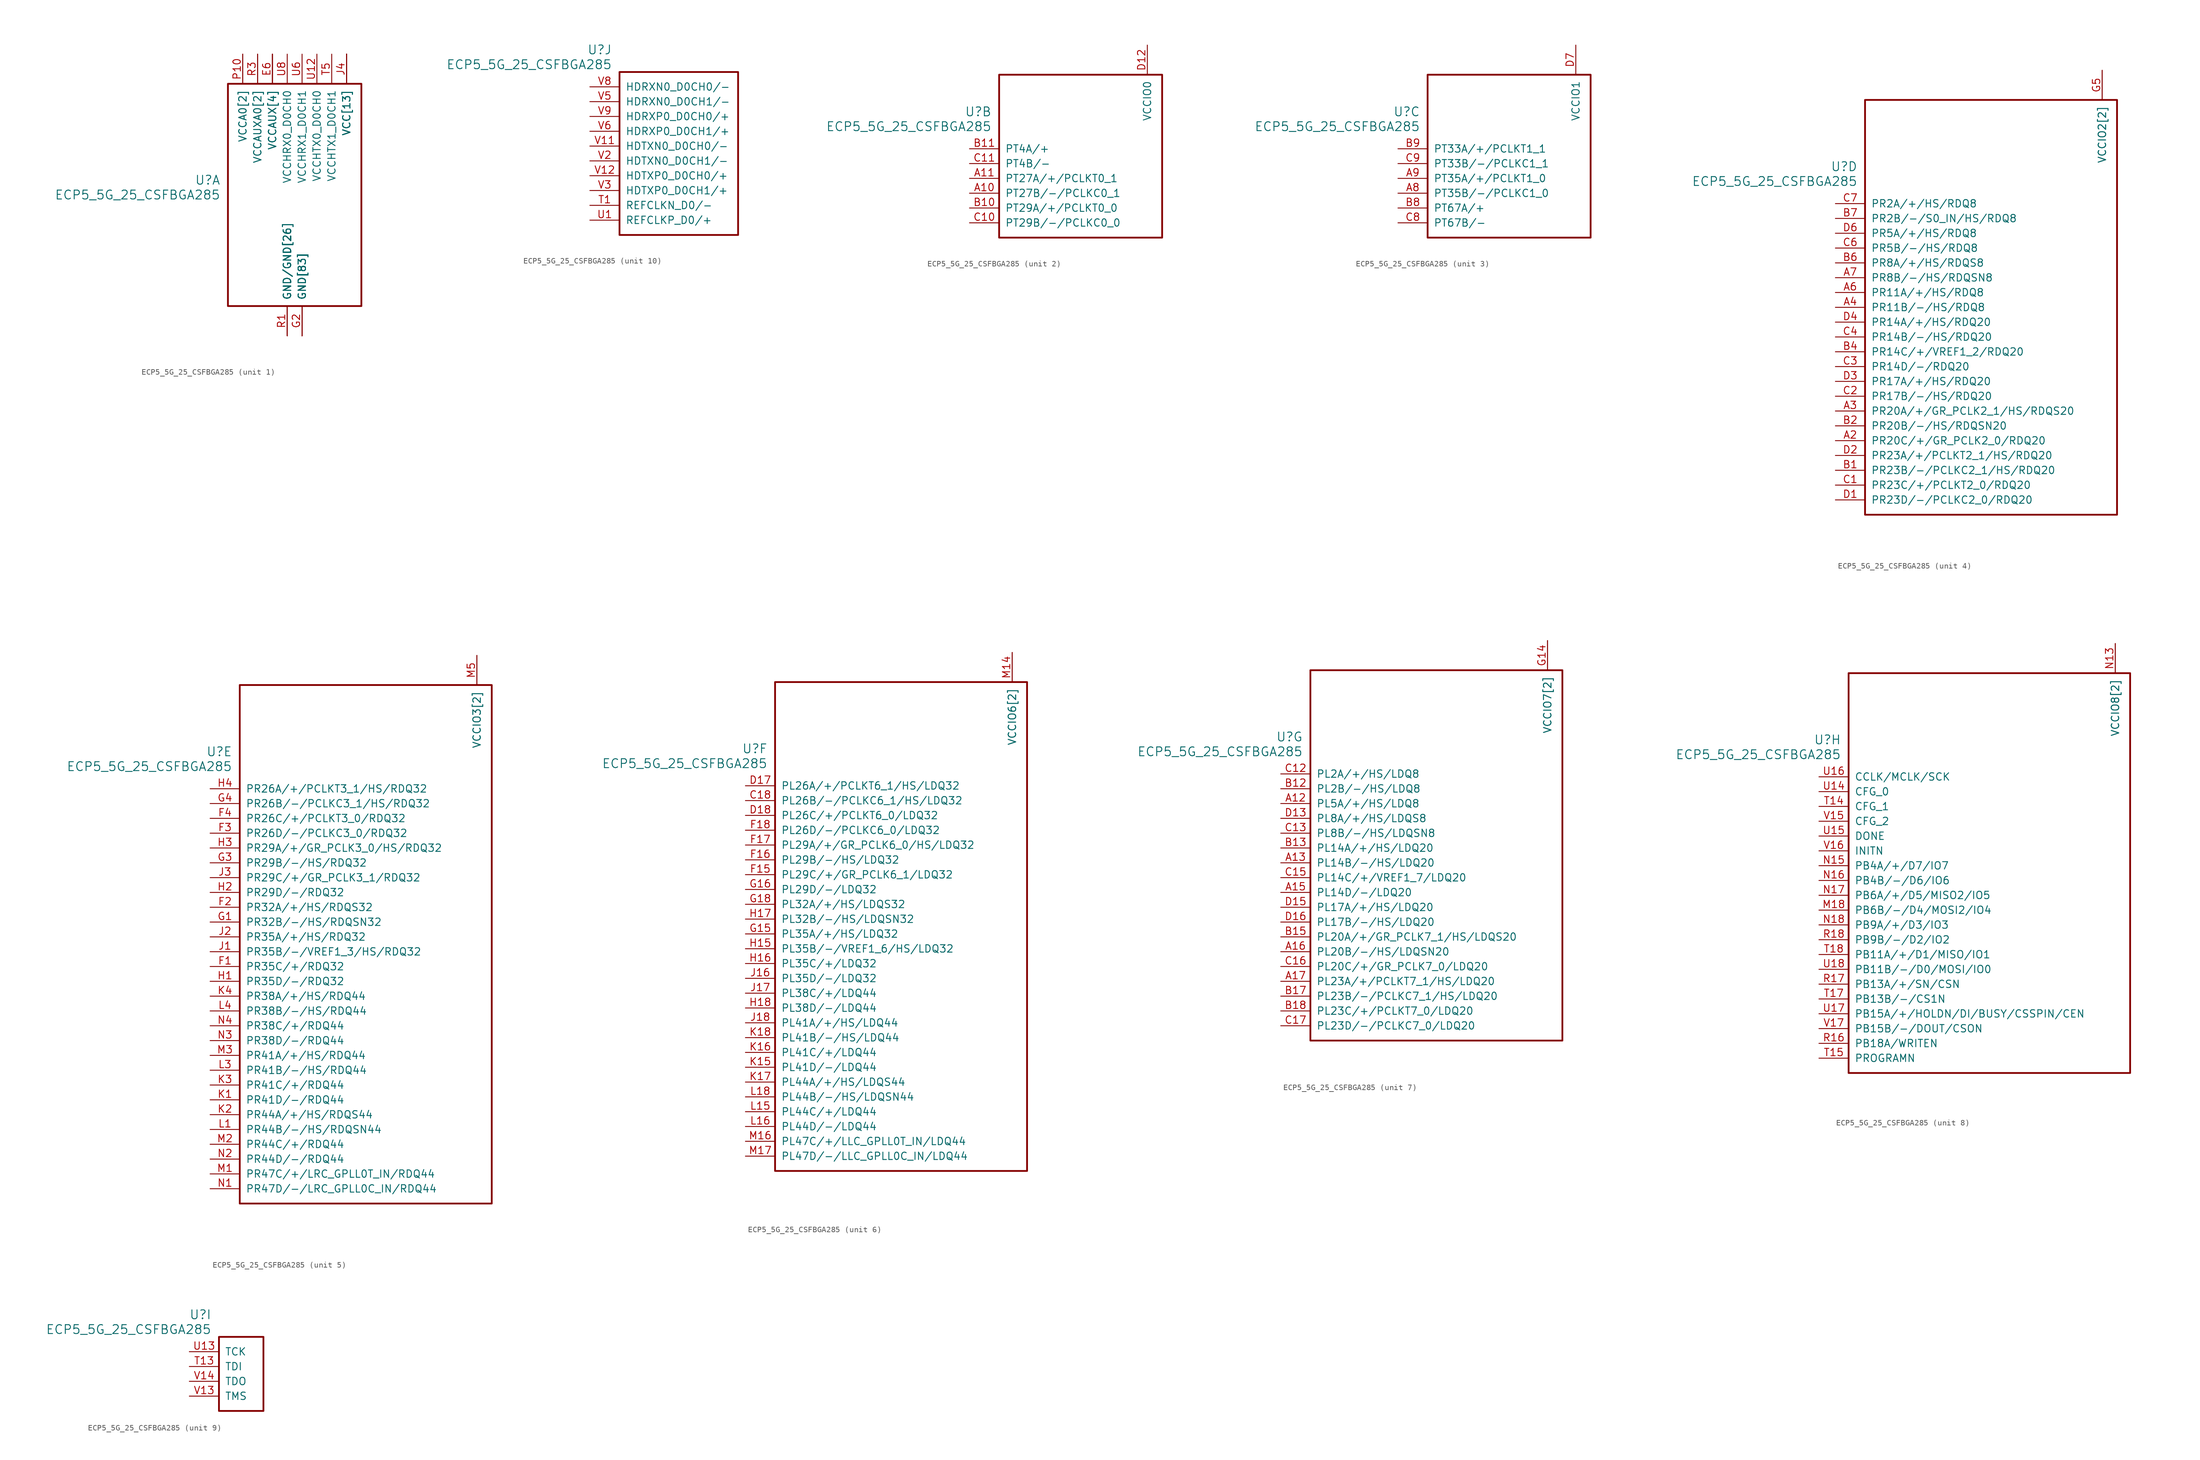
<source format=kicad_sym>
(kicad_symbol_lib
  (version 20231120)
  (generator "kicad_symbol_editor")
  (generator_version "8.0")
  (symbol "ECP5_5G_25_CSFBGA285"
    (pin_names
      (offset 1.016))
    (property "Reference" "U"
      (at 3.81 6.35 0)
      (effects (font (size 1.524 1.524)) (justify right)))
    (property "Value" "ECP5_5G_25_CSFBGA285"
      (at 3.81 3.81 0)
      (effects (font (size 1.524 1.524)) (justify right)))
    (property "ki_locked" ""
      (at 0 0 0)
      (effects (font (size 1.27 1.27))))
    (symbol "ECP5_5G_25_CSFBGA285_1_1"
      (rectangle (start 5.08 22.86) (end 27.94 -15.24) (stroke (width 0.305) (type default)) (fill (type none)))
      (pin power_in line (at 17.78 -20.32 90) (length 5.08) (name "GND[83]" (effects (font (size 1.27 1.27)))) (number "B16" (effects (font (size 0 0)))))
      (pin power_in line (at 17.78 -20.32 90) (length 5.08) (name "GND[83]" (effects (font (size 1.27 1.27)))) (number "B3" (effects (font (size 0 0)))))
      (pin power_in line (at 25.4 27.94 270) (length 5.08) (name "VCC[13]" (effects (font (size 1.27 1.27)))) (number "D10" (effects (font (size 0 0)))))
      (pin power_in line (at 25.4 27.94 270) (length 5.08) (name "VCC[13]" (effects (font (size 1.27 1.27)))) (number "D11" (effects (font (size 0 0)))))
      (pin power_in line (at 25.4 27.94 270) (length 5.08) (name "VCC[13]" (effects (font (size 1.27 1.27)))) (number "D8" (effects (font (size 0 0)))))
      (pin power_in line (at 25.4 27.94 270) (length 5.08) (name "VCC[13]" (effects (font (size 1.27 1.27)))) (number "D9" (effects (font (size 0 0)))))
      (pin power_in line (at 17.78 -20.32 90) (length 5.08) (name "GND[83]" (effects (font (size 1.27 1.27)))) (number "E10" (effects (font (size 0 0)))))
      (pin power_in line (at 17.78 -20.32 90) (length 5.08) (name "GND[83]" (effects (font (size 1.27 1.27)))) (number "E11" (effects (font (size 0 0)))))
      (pin power_in line (at 17.78 -20.32 90) (length 5.08) (name "GND[83]" (effects (font (size 1.27 1.27)))) (number "E12" (effects (font (size 0 0)))))
      (pin power_in line (at 12.7 27.94 270) (length 5.08) (name "VCCAUX[4]" (effects (font (size 1.27 1.27)))) (number "E13" (effects (font (size 0 0)))))
      (pin power_in line (at 17.78 -20.32 90) (length 5.08) (name "GND[83]" (effects (font (size 1.27 1.27)))) (number "E14" (effects (font (size 0 0)))))
      (pin power_in line (at 17.78 -20.32 90) (length 5.08) (name "GND[83]" (effects (font (size 1.27 1.27)))) (number "E5" (effects (font (size 0 0)))))
      (pin power_in line (at 12.7 27.94 270) (length 5.08) (name "VCCAUX[4]" (effects (font (size 1.27 1.27)))) (number "E6" (effects (font (size 1.27 1.27)))))
      (pin power_in line (at 17.78 -20.32 90) (length 5.08) (name "GND[83]" (effects (font (size 1.27 1.27)))) (number "E7" (effects (font (size 0 0)))))
      (pin power_in line (at 17.78 -20.32 90) (length 5.08) (name "GND[83]" (effects (font (size 1.27 1.27)))) (number "E8" (effects (font (size 0 0)))))
      (pin power_in line (at 17.78 -20.32 90) (length 5.08) (name "GND[83]" (effects (font (size 1.27 1.27)))) (number "E9" (effects (font (size 0 0)))))
      (pin power_in line (at 17.78 -20.32 90) (length 5.08) (name "GND[83]" (effects (font (size 1.27 1.27)))) (number "F10" (effects (font (size 0 0)))))
      (pin power_in line (at 17.78 -20.32 90) (length 5.08) (name "GND[83]" (effects (font (size 1.27 1.27)))) (number "F11" (effects (font (size 0 0)))))
      (pin power_in line (at 17.78 -20.32 90) (length 5.08) (name "GND[83]" (effects (font (size 1.27 1.27)))) (number "F12" (effects (font (size 0 0)))))
      (pin power_in line (at 17.78 -20.32 90) (length 5.08) (name "GND[83]" (effects (font (size 1.27 1.27)))) (number "F13" (effects (font (size 0 0)))))
      (pin power_in line (at 17.78 -20.32 90) (length 5.08) (name "GND[83]" (effects (font (size 1.27 1.27)))) (number "F14" (effects (font (size 0 0)))))
      (pin power_in line (at 17.78 -20.32 90) (length 5.08) (name "GND[83]" (effects (font (size 1.27 1.27)))) (number "F5" (effects (font (size 0 0)))))
      (pin power_in line (at 17.78 -20.32 90) (length 5.08) (name "GND[83]" (effects (font (size 1.27 1.27)))) (number "F6" (effects (font (size 0 0)))))
      (pin power_in line (at 17.78 -20.32 90) (length 5.08) (name "GND[83]" (effects (font (size 1.27 1.27)))) (number "F7" (effects (font (size 0 0)))))
      (pin power_in line (at 17.78 -20.32 90) (length 5.08) (name "GND[83]" (effects (font (size 1.27 1.27)))) (number "F8" (effects (font (size 0 0)))))
      (pin power_in line (at 17.78 -20.32 90) (length 5.08) (name "GND[83]" (effects (font (size 1.27 1.27)))) (number "F9" (effects (font (size 0 0)))))
      (pin power_in line (at 17.78 -20.32 90) (length 5.08) (name "GND[83]" (effects (font (size 1.27 1.27)))) (number "G10" (effects (font (size 0 0)))))
      (pin power_in line (at 17.78 -20.32 90) (length 5.08) (name "GND[83]" (effects (font (size 1.27 1.27)))) (number "G11" (effects (font (size 0 0)))))
      (pin power_in line (at 17.78 -20.32 90) (length 5.08) (name "GND[83]" (effects (font (size 1.27 1.27)))) (number "G12" (effects (font (size 0 0)))))
      (pin power_in line (at 17.78 -20.32 90) (length 5.08) (name "GND[83]" (effects (font (size 1.27 1.27)))) (number "G13" (effects (font (size 0 0)))))
      (pin power_in line (at 17.78 -20.32 90) (length 5.08) (name "GND[83]" (effects (font (size 1.27 1.27)))) (number "G17" (effects (font (size 0 0)))))
      (pin power_in line (at 17.78 -20.32 90) (length 5.08) (name "GND[83]" (effects (font (size 1.27 1.27)))) (number "G2" (effects (font (size 1.27 1.27)))))
      (pin power_in line (at 17.78 -20.32 90) (length 5.08) (name "GND[83]" (effects (font (size 1.27 1.27)))) (number "G6" (effects (font (size 0 0)))))
      (pin power_in line (at 17.78 -20.32 90) (length 5.08) (name "GND[83]" (effects (font (size 1.27 1.27)))) (number "G7" (effects (font (size 0 0)))))
      (pin power_in line (at 17.78 -20.32 90) (length 5.08) (name "GND[83]" (effects (font (size 1.27 1.27)))) (number "G8" (effects (font (size 0 0)))))
      (pin power_in line (at 17.78 -20.32 90) (length 5.08) (name "GND[83]" (effects (font (size 1.27 1.27)))) (number "G9" (effects (font (size 0 0)))))
      (pin power_in line (at 17.78 -20.32 90) (length 5.08) (name "GND[83]" (effects (font (size 1.27 1.27)))) (number "H10" (effects (font (size 0 0)))))
      (pin power_in line (at 17.78 -20.32 90) (length 5.08) (name "GND[83]" (effects (font (size 1.27 1.27)))) (number "H11" (effects (font (size 0 0)))))
      (pin power_in line (at 17.78 -20.32 90) (length 5.08) (name "GND[83]" (effects (font (size 1.27 1.27)))) (number "H12" (effects (font (size 0 0)))))
      (pin power_in line (at 17.78 -20.32 90) (length 5.08) (name "GND[83]" (effects (font (size 1.27 1.27)))) (number "H13" (effects (font (size 0 0)))))
      (pin power_in line (at 17.78 -20.32 90) (length 5.08) (name "GND[83]" (effects (font (size 1.27 1.27)))) (number "H6" (effects (font (size 0 0)))))
      (pin power_in line (at 17.78 -20.32 90) (length 5.08) (name "GND[83]" (effects (font (size 1.27 1.27)))) (number "H7" (effects (font (size 0 0)))))
      (pin power_in line (at 17.78 -20.32 90) (length 5.08) (name "GND[83]" (effects (font (size 1.27 1.27)))) (number "H8" (effects (font (size 0 0)))))
      (pin power_in line (at 17.78 -20.32 90) (length 5.08) (name "GND[83]" (effects (font (size 1.27 1.27)))) (number "H9" (effects (font (size 0 0)))))
      (pin power_in line (at 17.78 -20.32 90) (length 5.08) (name "GND[83]" (effects (font (size 1.27 1.27)))) (number "J10" (effects (font (size 0 0)))))
      (pin power_in line (at 17.78 -20.32 90) (length 5.08) (name "GND[83]" (effects (font (size 1.27 1.27)))) (number "J11" (effects (font (size 0 0)))))
      (pin power_in line (at 17.78 -20.32 90) (length 5.08) (name "GND[83]" (effects (font (size 1.27 1.27)))) (number "J12" (effects (font (size 0 0)))))
      (pin power_in line (at 17.78 -20.32 90) (length 5.08) (name "GND[83]" (effects (font (size 1.27 1.27)))) (number "J13" (effects (font (size 0 0)))))
      (pin power_in line (at 25.4 27.94 270) (length 5.08) (name "VCC[13]" (effects (font (size 1.27 1.27)))) (number "J14" (effects (font (size 0 0)))))
      (pin power_in line (at 25.4 27.94 270) (length 5.08) (name "VCC[13]" (effects (font (size 1.27 1.27)))) (number "J15" (effects (font (size 0 0)))))
      (pin power_in line (at 25.4 27.94 270) (length 5.08) (name "VCC[13]" (effects (font (size 1.27 1.27)))) (number "J4" (effects (font (size 1.27 1.27)))))
      (pin power_in line (at 25.4 27.94 270) (length 5.08) (name "VCC[13]" (effects (font (size 1.27 1.27)))) (number "J5" (effects (font (size 0 0)))))
      (pin power_in line (at 17.78 -20.32 90) (length 5.08) (name "GND[83]" (effects (font (size 1.27 1.27)))) (number "J6" (effects (font (size 0 0)))))
      (pin power_in line (at 17.78 -20.32 90) (length 5.08) (name "GND[83]" (effects (font (size 1.27 1.27)))) (number "J7" (effects (font (size 0 0)))))
      (pin power_in line (at 17.78 -20.32 90) (length 5.08) (name "GND[83]" (effects (font (size 1.27 1.27)))) (number "J8" (effects (font (size 0 0)))))
      (pin power_in line (at 17.78 -20.32 90) (length 5.08) (name "GND[83]" (effects (font (size 1.27 1.27)))) (number "J9" (effects (font (size 0 0)))))
      (pin power_in line (at 17.78 -20.32 90) (length 5.08) (name "GND[83]" (effects (font (size 1.27 1.27)))) (number "K10" (effects (font (size 0 0)))))
      (pin power_in line (at 17.78 -20.32 90) (length 5.08) (name "GND[83]" (effects (font (size 1.27 1.27)))) (number "K11" (effects (font (size 0 0)))))
      (pin power_in line (at 17.78 -20.32 90) (length 5.08) (name "GND[83]" (effects (font (size 1.27 1.27)))) (number "K12" (effects (font (size 0 0)))))
      (pin power_in line (at 17.78 -20.32 90) (length 5.08) (name "GND[83]" (effects (font (size 1.27 1.27)))) (number "K13" (effects (font (size 0 0)))))
      (pin power_in line (at 17.78 -20.32 90) (length 5.08) (name "GND[83]" (effects (font (size 1.27 1.27)))) (number "K14" (effects (font (size 0 0)))))
      (pin power_in line (at 17.78 -20.32 90) (length 5.08) (name "GND[83]" (effects (font (size 1.27 1.27)))) (number "K5" (effects (font (size 0 0)))))
      (pin power_in line (at 17.78 -20.32 90) (length 5.08) (name "GND[83]" (effects (font (size 1.27 1.27)))) (number "K6" (effects (font (size 0 0)))))
      (pin power_in line (at 17.78 -20.32 90) (length 5.08) (name "GND[83]" (effects (font (size 1.27 1.27)))) (number "K7" (effects (font (size 0 0)))))
      (pin power_in line (at 17.78 -20.32 90) (length 5.08) (name "GND[83]" (effects (font (size 1.27 1.27)))) (number "K8" (effects (font (size 0 0)))))
      (pin power_in line (at 17.78 -20.32 90) (length 5.08) (name "GND[83]" (effects (font (size 1.27 1.27)))) (number "K9" (effects (font (size 0 0)))))
      (pin power_in line (at 17.78 -20.32 90) (length 5.08) (name "GND[83]" (effects (font (size 1.27 1.27)))) (number "L10" (effects (font (size 0 0)))))
      (pin power_in line (at 17.78 -20.32 90) (length 5.08) (name "GND[83]" (effects (font (size 1.27 1.27)))) (number "L11" (effects (font (size 0 0)))))
      (pin power_in line (at 17.78 -20.32 90) (length 5.08) (name "GND[83]" (effects (font (size 1.27 1.27)))) (number "L12" (effects (font (size 0 0)))))
      (pin power_in line (at 17.78 -20.32 90) (length 5.08) (name "GND[83]" (effects (font (size 1.27 1.27)))) (number "L13" (effects (font (size 0 0)))))
      (pin power_in line (at 17.78 -20.32 90) (length 5.08) (name "GND[83]" (effects (font (size 1.27 1.27)))) (number "L14" (effects (font (size 0 0)))))
      (pin power_in line (at 17.78 -20.32 90) (length 5.08) (name "GND[83]" (effects (font (size 1.27 1.27)))) (number "L17" (effects (font (size 0 0)))))
      (pin power_in line (at 17.78 -20.32 90) (length 5.08) (name "GND[83]" (effects (font (size 1.27 1.27)))) (number "L2" (effects (font (size 0 0)))))
      (pin power_in line (at 17.78 -20.32 90) (length 5.08) (name "GND[83]" (effects (font (size 1.27 1.27)))) (number "L5" (effects (font (size 0 0)))))
      (pin power_in line (at 17.78 -20.32 90) (length 5.08) (name "GND[83]" (effects (font (size 1.27 1.27)))) (number "L6" (effects (font (size 0 0)))))
      (pin power_in line (at 17.78 -20.32 90) (length 5.08) (name "GND[83]" (effects (font (size 1.27 1.27)))) (number "L7" (effects (font (size 0 0)))))
      (pin power_in line (at 17.78 -20.32 90) (length 5.08) (name "GND[83]" (effects (font (size 1.27 1.27)))) (number "L8" (effects (font (size 0 0)))))
      (pin power_in line (at 17.78 -20.32 90) (length 5.08) (name "GND[83]" (effects (font (size 1.27 1.27)))) (number "L9" (effects (font (size 0 0)))))
      (pin power_in line (at 17.78 -20.32 90) (length 5.08) (name "GND[83]" (effects (font (size 1.27 1.27)))) (number "M10" (effects (font (size 0 0)))))
      (pin power_in line (at 17.78 -20.32 90) (length 5.08) (name "GND[83]" (effects (font (size 1.27 1.27)))) (number "M11" (effects (font (size 0 0)))))
      (pin power_in line (at 17.78 -20.32 90) (length 5.08) (name "GND[83]" (effects (font (size 1.27 1.27)))) (number "M12" (effects (font (size 0 0)))))
      (pin power_in line (at 17.78 -20.32 90) (length 5.08) (name "GND[83]" (effects (font (size 1.27 1.27)))) (number "M13" (effects (font (size 0 0)))))
      (pin power_in line (at 25.4 27.94 270) (length 5.08) (name "VCC[13]" (effects (font (size 1.27 1.27)))) (number "M15" (effects (font (size 0 0)))))
      (pin power_in line (at 25.4 27.94 270) (length 5.08) (name "VCC[13]" (effects (font (size 1.27 1.27)))) (number "M4" (effects (font (size 0 0)))))
      (pin power_in line (at 17.78 -20.32 90) (length 5.08) (name "GND[83]" (effects (font (size 1.27 1.27)))) (number "M6" (effects (font (size 0 0)))))
      (pin power_in line (at 17.78 -20.32 90) (length 5.08) (name "GND[83]" (effects (font (size 1.27 1.27)))) (number "M7" (effects (font (size 0 0)))))
      (pin power_in line (at 17.78 -20.32 90) (length 5.08) (name "GND[83]" (effects (font (size 1.27 1.27)))) (number "M8" (effects (font (size 0 0)))))
      (pin power_in line (at 17.78 -20.32 90) (length 5.08) (name "GND[83]" (effects (font (size 1.27 1.27)))) (number "M9" (effects (font (size 0 0)))))
      (pin power_in line (at 17.78 -20.32 90) (length 5.08) (name "GND[83]" (effects (font (size 1.27 1.27)))) (number "N10" (effects (font (size 0 0)))))
      (pin power_in line (at 17.78 -20.32 90) (length 5.08) (name "GND[83]" (effects (font (size 1.27 1.27)))) (number "N11" (effects (font (size 0 0)))))
      (pin power_in line (at 17.78 -20.32 90) (length 5.08) (name "GND[83]" (effects (font (size 1.27 1.27)))) (number "N12" (effects (font (size 0 0)))))
      (pin power_in line (at 12.7 27.94 270) (length 5.08) (name "VCCAUX[4]" (effects (font (size 1.27 1.27)))) (number "N6" (effects (font (size 0 0)))))
      (pin power_in line (at 17.78 -20.32 90) (length 5.08) (name "GND[83]" (effects (font (size 1.27 1.27)))) (number "N7" (effects (font (size 0 0)))))
      (pin power_in line (at 17.78 -20.32 90) (length 5.08) (name "GND[83]" (effects (font (size 1.27 1.27)))) (number "N8" (effects (font (size 0 0)))))
      (pin power_in line (at 17.78 -20.32 90) (length 5.08) (name "GND[83]" (effects (font (size 1.27 1.27)))) (number "N9" (effects (font (size 0 0)))))
      (pin power_in line (at 7.62 27.94 270) (length 5.08) (name "VCCA0[2]" (effects (font (size 1.27 1.27)))) (number "P10" (effects (font (size 1.27 1.27)))))
      (pin power_in line (at 25.4 27.94 270) (length 5.08) (name "VCC[13]" (effects (font (size 1.27 1.27)))) (number "P11" (effects (font (size 0 0)))))
      (pin power_in line (at 15.24 -20.32 90) (length 5.08) (name "GND/GND[26]" (effects (font (size 1.27 1.27)))) (number "P12" (effects (font (size 0 0)))))
      (pin power_in line (at 12.7 27.94 270) (length 5.08) (name "VCCAUX[4]" (effects (font (size 1.27 1.27)))) (number "P13" (effects (font (size 0 0)))))
      (pin power_in line (at 10.16 27.94 270) (length 5.08) (name "VCCAUXA0[2]" (effects (font (size 1.27 1.27)))) (number "P5" (effects (font (size 0 0)))))
      (pin power_in line (at 15.24 -20.32 90) (length 5.08) (name "GND/GND[26]" (effects (font (size 1.27 1.27)))) (number "P6" (effects (font (size 0 0)))))
      (pin power_in line (at 25.4 27.94 270) (length 5.08) (name "VCC[13]" (effects (font (size 1.27 1.27)))) (number "P7" (effects (font (size 0 0)))))
      (pin power_in line (at 15.24 -20.32 90) (length 5.08) (name "GND/GND[26]" (effects (font (size 1.27 1.27)))) (number "P8" (effects (font (size 0 0)))))
      (pin power_in line (at 25.4 27.94 270) (length 5.08) (name "VCC[13]" (effects (font (size 1.27 1.27)))) (number "P9" (effects (font (size 0 0)))))
      (pin power_in line (at 15.24 -20.32 90) (length 5.08) (name "GND/GND[26]" (effects (font (size 1.27 1.27)))) (number "R1" (effects (font (size 1.27 1.27)))))
      (pin power_in line (at 7.62 27.94 270) (length 5.08) (name "VCCA0[2]" (effects (font (size 1.27 1.27)))) (number "R10" (effects (font (size 0 0)))))
      (pin power_in line (at 15.24 -20.32 90) (length 5.08) (name "GND/GND[26]" (effects (font (size 1.27 1.27)))) (number "R2" (effects (font (size 0 0)))))
      (pin power_in line (at 10.16 27.94 270) (length 5.08) (name "VCCAUXA0[2]" (effects (font (size 1.27 1.27)))) (number "R3" (effects (font (size 1.27 1.27)))))
      (pin power_in line (at 15.24 -20.32 90) (length 5.08) (name "GND/GND[26]" (effects (font (size 1.27 1.27)))) (number "T10" (effects (font (size 0 0)))))
      (pin power_in line (at 15.24 -20.32 90) (length 5.08) (name "GND/GND[26]" (effects (font (size 1.27 1.27)))) (number "T11" (effects (font (size 0 0)))))
      (pin power_in line (at 15.24 -20.32 90) (length 5.08) (name "GND/GND[26]" (effects (font (size 1.27 1.27)))) (number "T12" (effects (font (size 0 0)))))
      (pin power_in line (at 17.78 -20.32 90) (length 5.08) (name "GND[83]" (effects (font (size 1.27 1.27)))) (number "T16" (effects (font (size 0 0)))))
      (pin power_in line (at 15.24 -20.32 90) (length 5.08) (name "GND/GND[26]" (effects (font (size 1.27 1.27)))) (number "T2" (effects (font (size 0 0)))))
      (pin power_in line (at 15.24 -20.32 90) (length 5.08) (name "GND/GND[26]" (effects (font (size 1.27 1.27)))) (number "T3" (effects (font (size 0 0)))))
      (pin power_in line (at 15.24 -20.32 90) (length 5.08) (name "GND/GND[26]" (effects (font (size 1.27 1.27)))) (number "T4" (effects (font (size 0 0)))))
      (pin power_in line (at 22.86 27.94 270) (length 5.08) (name "VCCHTX1_D0CH1" (effects (font (size 1.27 1.27)))) (number "T5" (effects (font (size 1.27 1.27)))))
      (pin power_in line (at 15.24 -20.32 90) (length 5.08) (name "GND/GND[26]" (effects (font (size 1.27 1.27)))) (number "T6" (effects (font (size 0 0)))))
      (pin power_in line (at 15.24 -20.32 90) (length 5.08) (name "GND/GND[26]" (effects (font (size 1.27 1.27)))) (number "T7" (effects (font (size 0 0)))))
      (pin power_in line (at 15.24 -20.32 90) (length 5.08) (name "GND/GND[26]" (effects (font (size 1.27 1.27)))) (number "T8" (effects (font (size 0 0)))))
      (pin power_in line (at 15.24 -20.32 90) (length 5.08) (name "GND/GND[26]" (effects (font (size 1.27 1.27)))) (number "T9" (effects (font (size 0 0)))))
      (pin power_in line (at 15.24 -20.32 90) (length 5.08) (name "GND/GND[26]" (effects (font (size 1.27 1.27)))) (number "U10" (effects (font (size 0 0)))))
      (pin power_in line (at 15.24 -20.32 90) (length 5.08) (name "GND/GND[26]" (effects (font (size 1.27 1.27)))) (number "U11" (effects (font (size 0 0)))))
      (pin power_in line (at 20.32 27.94 270) (length 5.08) (name "VCCHTX0_D0CH0" (effects (font (size 1.27 1.27)))) (number "U12" (effects (font (size 1.27 1.27)))))
      (pin power_in line (at 15.24 -20.32 90) (length 5.08) (name "GND/GND[26]" (effects (font (size 1.27 1.27)))) (number "U2" (effects (font (size 0 0)))))
      (pin power_in line (at 15.24 -20.32 90) (length 5.08) (name "GND/GND[26]" (effects (font (size 1.27 1.27)))) (number "U3" (effects (font (size 0 0)))))
      (pin power_in line (at 15.24 -20.32 90) (length 5.08) (name "GND/GND[26]" (effects (font (size 1.27 1.27)))) (number "U4" (effects (font (size 0 0)))))
      (pin power_in line (at 15.24 -20.32 90) (length 5.08) (name "GND/GND[26]" (effects (font (size 1.27 1.27)))) (number "U5" (effects (font (size 0 0)))))
      (pin power_in line (at 17.78 27.94 270) (length 5.08) (name "VCCHRX1_D0CH1" (effects (font (size 1.27 1.27)))) (number "U6" (effects (font (size 1.27 1.27)))))
      (pin power_in line (at 15.24 -20.32 90) (length 5.08) (name "GND/GND[26]" (effects (font (size 1.27 1.27)))) (number "U7" (effects (font (size 0 0)))))
      (pin power_in line (at 15.24 27.94 270) (length 5.08) (name "VCCHRX0_D0CH0" (effects (font (size 1.27 1.27)))) (number "U8" (effects (font (size 1.27 1.27)))))
      (pin power_in line (at 15.24 -20.32 90) (length 5.08) (name "GND/GND[26]" (effects (font (size 1.27 1.27)))) (number "U9" (effects (font (size 0 0)))))
      (pin power_in line (at 15.24 -20.32 90) (length 5.08) (name "GND/GND[26]" (effects (font (size 1.27 1.27)))) (number "V10" (effects (font (size 0 0)))))
      (pin power_in line (at 15.24 -20.32 90) (length 5.08) (name "GND/GND[26]" (effects (font (size 1.27 1.27)))) (number "V4" (effects (font (size 0 0)))))
      (pin power_in line (at 15.24 -20.32 90) (length 5.08) (name "GND/GND[26]" (effects (font (size 1.27 1.27)))) (number "V7" (effects (font (size 0 0))))))
    (symbol "ECP5_5G_25_CSFBGA285_2_1"
      (rectangle (start 5.08 12.7) (end 33.02 -15.24) (stroke (width 0.305) (type default)) (fill (type none)))
      (pin bidirectional line (at 0 -7.62 0) (length 5.08) (name "PT27B/-/PCLKC0_1" (effects (font (size 1.27 1.27)))) (number "A10" (effects (font (size 1.27 1.27)))))
      (pin bidirectional line (at 0 -5.08 0) (length 5.08) (name "PT27A/+/PCLKT0_1" (effects (font (size 1.27 1.27)))) (number "A11" (effects (font (size 1.27 1.27)))))
      (pin bidirectional line (at 0 -10.16 0) (length 5.08) (name "PT29A/+/PCLKT0_0" (effects (font (size 1.27 1.27)))) (number "B10" (effects (font (size 1.27 1.27)))))
      (pin bidirectional line (at 0 0 0) (length 5.08) (name "PT4A/+" (effects (font (size 1.27 1.27)))) (number "B11" (effects (font (size 1.27 1.27)))))
      (pin bidirectional line (at 0 -12.7 0) (length 5.08) (name "PT29B/-/PCLKC0_0" (effects (font (size 1.27 1.27)))) (number "C10" (effects (font (size 1.27 1.27)))))
      (pin bidirectional line (at 0 -2.54 0) (length 5.08) (name "PT4B/-" (effects (font (size 1.27 1.27)))) (number "C11" (effects (font (size 1.27 1.27)))))
      (pin power_in line (at 30.48 17.78 270) (length 5.08) (name "VCCIO0" (effects (font (size 1.27 1.27)))) (number "D12" (effects (font (size 1.27 1.27))))))
    (symbol "ECP5_5G_25_CSFBGA285_3_1"
      (rectangle (start 5.08 12.7) (end 33.02 -15.24) (stroke (width 0.305) (type default)) (fill (type none)))
      (pin bidirectional line (at 0 -7.62 0) (length 5.08) (name "PT35B/-/PCLKC1_0" (effects (font (size 1.27 1.27)))) (number "A8" (effects (font (size 1.27 1.27)))))
      (pin bidirectional line (at 0 -5.08 0) (length 5.08) (name "PT35A/+/PCLKT1_0" (effects (font (size 1.27 1.27)))) (number "A9" (effects (font (size 1.27 1.27)))))
      (pin bidirectional line (at 0 -10.16 0) (length 5.08) (name "PT67A/+" (effects (font (size 1.27 1.27)))) (number "B8" (effects (font (size 1.27 1.27)))))
      (pin bidirectional line (at 0 0 0) (length 5.08) (name "PT33A/+/PCLKT1_1" (effects (font (size 1.27 1.27)))) (number "B9" (effects (font (size 1.27 1.27)))))
      (pin bidirectional line (at 0 -12.7 0) (length 5.08) (name "PT67B/-" (effects (font (size 1.27 1.27)))) (number "C8" (effects (font (size 1.27 1.27)))))
      (pin bidirectional line (at 0 -2.54 0) (length 5.08) (name "PT33B/-/PCLKC1_1" (effects (font (size 1.27 1.27)))) (number "C9" (effects (font (size 1.27 1.27)))))
      (pin power_in line (at 30.48 17.78 270) (length 5.08) (name "VCCIO1" (effects (font (size 1.27 1.27)))) (number "D7" (effects (font (size 1.27 1.27))))))
    (symbol "ECP5_5G_25_CSFBGA285_4_1"
      (rectangle (start 5.08 17.78) (end 48.26 -53.34) (stroke (width 0.305) (type default)) (fill (type none)))
      (pin bidirectional line (at 0 -40.64 0) (length 5.08) (name "PR20C/+/GR_PCLK2_0/RDQ20" (effects (font (size 1.27 1.27)))) (number "A2" (effects (font (size 1.27 1.27)))))
      (pin bidirectional line (at 0 -35.56 0) (length 5.08) (name "PR20A/+/GR_PCLK2_1/HS/RDQS20" (effects (font (size 1.27 1.27)))) (number "A3" (effects (font (size 1.27 1.27)))))
      (pin bidirectional line (at 0 -17.78 0) (length 5.08) (name "PR11B/-/HS/RDQ8" (effects (font (size 1.27 1.27)))) (number "A4" (effects (font (size 1.27 1.27)))))
      (pin bidirectional line (at 0 -15.24 0) (length 5.08) (name "PR11A/+/HS/RDQ8" (effects (font (size 1.27 1.27)))) (number "A6" (effects (font (size 1.27 1.27)))))
      (pin bidirectional line (at 0 -12.7 0) (length 5.08) (name "PR8B/-/HS/RDQSN8" (effects (font (size 1.27 1.27)))) (number "A7" (effects (font (size 1.27 1.27)))))
      (pin bidirectional line (at 0 -45.72 0) (length 5.08) (name "PR23B/-/PCLKC2_1/HS/RDQ20" (effects (font (size 1.27 1.27)))) (number "B1" (effects (font (size 1.27 1.27)))))
      (pin bidirectional line (at 0 -38.1 0) (length 5.08) (name "PR20B/-/HS/RDQSN20" (effects (font (size 1.27 1.27)))) (number "B2" (effects (font (size 1.27 1.27)))))
      (pin bidirectional line (at 0 -25.4 0) (length 5.08) (name "PR14C/+/VREF1_2/RDQ20" (effects (font (size 1.27 1.27)))) (number "B4" (effects (font (size 1.27 1.27)))))
      (pin bidirectional line (at 0 -10.16 0) (length 5.08) (name "PR8A/+/HS/RDQS8" (effects (font (size 1.27 1.27)))) (number "B6" (effects (font (size 1.27 1.27)))))
      (pin bidirectional line (at 0 -2.54 0) (length 5.08) (name "PR2B/-/S0_IN/HS/RDQ8" (effects (font (size 1.27 1.27)))) (number "B7" (effects (font (size 1.27 1.27)))))
      (pin bidirectional line (at 0 -48.26 0) (length 5.08) (name "PR23C/+/PCLKT2_0/RDQ20" (effects (font (size 1.27 1.27)))) (number "C1" (effects (font (size 1.27 1.27)))))
      (pin bidirectional line (at 0 -33.02 0) (length 5.08) (name "PR17B/-/HS/RDQ20" (effects (font (size 1.27 1.27)))) (number "C2" (effects (font (size 1.27 1.27)))))
      (pin bidirectional line (at 0 -27.94 0) (length 5.08) (name "PR14D/-/RDQ20" (effects (font (size 1.27 1.27)))) (number "C3" (effects (font (size 1.27 1.27)))))
      (pin bidirectional line (at 0 -22.86 0) (length 5.08) (name "PR14B/-/HS/RDQ20" (effects (font (size 1.27 1.27)))) (number "C4" (effects (font (size 1.27 1.27)))))
      (pin bidirectional line (at 0 -7.62 0) (length 5.08) (name "PR5B/-/HS/RDQ8" (effects (font (size 1.27 1.27)))) (number "C6" (effects (font (size 1.27 1.27)))))
      (pin bidirectional line (at 0 0 0) (length 5.08) (name "PR2A/+/HS/RDQ8" (effects (font (size 1.27 1.27)))) (number "C7" (effects (font (size 1.27 1.27)))))
      (pin bidirectional line (at 0 -50.8 0) (length 5.08) (name "PR23D/-/PCLKC2_0/RDQ20" (effects (font (size 1.27 1.27)))) (number "D1" (effects (font (size 1.27 1.27)))))
      (pin bidirectional line (at 0 -43.18 0) (length 5.08) (name "PR23A/+/PCLKT2_1/HS/RDQ20" (effects (font (size 1.27 1.27)))) (number "D2" (effects (font (size 1.27 1.27)))))
      (pin bidirectional line (at 0 -30.48 0) (length 5.08) (name "PR17A/+/HS/RDQ20" (effects (font (size 1.27 1.27)))) (number "D3" (effects (font (size 1.27 1.27)))))
      (pin bidirectional line (at 0 -20.32 0) (length 5.08) (name "PR14A/+/HS/RDQ20" (effects (font (size 1.27 1.27)))) (number "D4" (effects (font (size 1.27 1.27)))))
      (pin bidirectional line (at 0 -5.08 0) (length 5.08) (name "PR5A/+/HS/RDQ8" (effects (font (size 1.27 1.27)))) (number "D6" (effects (font (size 1.27 1.27)))))
      (pin power_in line (at 45.72 22.86 270) (length 5.08) (name "VCCIO2[2]" (effects (font (size 1.27 1.27)))) (number "G5" (effects (font (size 1.27 1.27)))))
      (pin power_in line (at 45.72 22.86 270) (length 5.08) (name "VCCIO2[2]" (effects (font (size 1.27 1.27)))) (number "H5" (effects (font (size 0 0))))))
    (symbol "ECP5_5G_25_CSFBGA285_5_1"
      (rectangle (start 5.08 17.78) (end 48.26 -71.12) (stroke (width 0.305) (type default)) (fill (type none)))
      (pin bidirectional line (at 0 -30.48 0) (length 5.08) (name "PR35C/+/RDQ32" (effects (font (size 1.27 1.27)))) (number "F1" (effects (font (size 1.27 1.27)))))
      (pin bidirectional line (at 0 -20.32 0) (length 5.08) (name "PR32A/+/HS/RDQS32" (effects (font (size 1.27 1.27)))) (number "F2" (effects (font (size 1.27 1.27)))))
      (pin bidirectional line (at 0 -7.62 0) (length 5.08) (name "PR26D/-/PCLKC3_0/RDQ32" (effects (font (size 1.27 1.27)))) (number "F3" (effects (font (size 1.27 1.27)))))
      (pin bidirectional line (at 0 -5.08 0) (length 5.08) (name "PR26C/+/PCLKT3_0/RDQ32" (effects (font (size 1.27 1.27)))) (number "F4" (effects (font (size 1.27 1.27)))))
      (pin bidirectional line (at 0 -22.86 0) (length 5.08) (name "PR32B/-/HS/RDQSN32" (effects (font (size 1.27 1.27)))) (number "G1" (effects (font (size 1.27 1.27)))))
      (pin bidirectional line (at 0 -12.7 0) (length 5.08) (name "PR29B/-/HS/RDQ32" (effects (font (size 1.27 1.27)))) (number "G3" (effects (font (size 1.27 1.27)))))
      (pin bidirectional line (at 0 -2.54 0) (length 5.08) (name "PR26B/-/PCLKC3_1/HS/RDQ32" (effects (font (size 1.27 1.27)))) (number "G4" (effects (font (size 1.27 1.27)))))
      (pin bidirectional line (at 0 -33.02 0) (length 5.08) (name "PR35D/-/RDQ32" (effects (font (size 1.27 1.27)))) (number "H1" (effects (font (size 1.27 1.27)))))
      (pin bidirectional line (at 0 -17.78 0) (length 5.08) (name "PR29D/-/RDQ32" (effects (font (size 1.27 1.27)))) (number "H2" (effects (font (size 1.27 1.27)))))
      (pin bidirectional line (at 0 -10.16 0) (length 5.08) (name "PR29A/+/GR_PCLK3_0/HS/RDQ32" (effects (font (size 1.27 1.27)))) (number "H3" (effects (font (size 1.27 1.27)))))
      (pin bidirectional line (at 0 0 0) (length 5.08) (name "PR26A/+/PCLKT3_1/HS/RDQ32" (effects (font (size 1.27 1.27)))) (number "H4" (effects (font (size 1.27 1.27)))))
      (pin bidirectional line (at 0 -27.94 0) (length 5.08) (name "PR35B/-/VREF1_3/HS/RDQ32" (effects (font (size 1.27 1.27)))) (number "J1" (effects (font (size 1.27 1.27)))))
      (pin bidirectional line (at 0 -25.4 0) (length 5.08) (name "PR35A/+/HS/RDQ32" (effects (font (size 1.27 1.27)))) (number "J2" (effects (font (size 1.27 1.27)))))
      (pin bidirectional line (at 0 -15.24 0) (length 5.08) (name "PR29C/+/GR_PCLK3_1/RDQ32" (effects (font (size 1.27 1.27)))) (number "J3" (effects (font (size 1.27 1.27)))))
      (pin bidirectional line (at 0 -53.34 0) (length 5.08) (name "PR41D/-/RDQ44" (effects (font (size 1.27 1.27)))) (number "K1" (effects (font (size 1.27 1.27)))))
      (pin bidirectional line (at 0 -55.88 0) (length 5.08) (name "PR44A/+/HS/RDQS44" (effects (font (size 1.27 1.27)))) (number "K2" (effects (font (size 1.27 1.27)))))
      (pin bidirectional line (at 0 -50.8 0) (length 5.08) (name "PR41C/+/RDQ44" (effects (font (size 1.27 1.27)))) (number "K3" (effects (font (size 1.27 1.27)))))
      (pin bidirectional line (at 0 -35.56 0) (length 5.08) (name "PR38A/+/HS/RDQ44" (effects (font (size 1.27 1.27)))) (number "K4" (effects (font (size 1.27 1.27)))))
      (pin bidirectional line (at 0 -58.42 0) (length 5.08) (name "PR44B/-/HS/RDQSN44" (effects (font (size 1.27 1.27)))) (number "L1" (effects (font (size 1.27 1.27)))))
      (pin bidirectional line (at 0 -48.26 0) (length 5.08) (name "PR41B/-/HS/RDQ44" (effects (font (size 1.27 1.27)))) (number "L3" (effects (font (size 1.27 1.27)))))
      (pin bidirectional line (at 0 -38.1 0) (length 5.08) (name "PR38B/-/HS/RDQ44" (effects (font (size 1.27 1.27)))) (number "L4" (effects (font (size 1.27 1.27)))))
      (pin bidirectional line (at 0 -66.04 0) (length 5.08) (name "PR47C/+/LRC_GPLL0T_IN/RDQ44" (effects (font (size 1.27 1.27)))) (number "M1" (effects (font (size 1.27 1.27)))))
      (pin bidirectional line (at 0 -60.96 0) (length 5.08) (name "PR44C/+/RDQ44" (effects (font (size 1.27 1.27)))) (number "M2" (effects (font (size 1.27 1.27)))))
      (pin bidirectional line (at 0 -45.72 0) (length 5.08) (name "PR41A/+/HS/RDQ44" (effects (font (size 1.27 1.27)))) (number "M3" (effects (font (size 1.27 1.27)))))
      (pin power_in line (at 45.72 22.86 270) (length 5.08) (name "VCCIO3[2]" (effects (font (size 1.27 1.27)))) (number "M5" (effects (font (size 1.27 1.27)))))
      (pin bidirectional line (at 0 -68.58 0) (length 5.08) (name "PR47D/-/LRC_GPLL0C_IN/RDQ44" (effects (font (size 1.27 1.27)))) (number "N1" (effects (font (size 1.27 1.27)))))
      (pin bidirectional line (at 0 -63.5 0) (length 5.08) (name "PR44D/-/RDQ44" (effects (font (size 1.27 1.27)))) (number "N2" (effects (font (size 1.27 1.27)))))
      (pin bidirectional line (at 0 -43.18 0) (length 5.08) (name "PR38D/-/RDQ44" (effects (font (size 1.27 1.27)))) (number "N3" (effects (font (size 1.27 1.27)))))
      (pin bidirectional line (at 0 -40.64 0) (length 5.08) (name "PR38C/+/RDQ44" (effects (font (size 1.27 1.27)))) (number "N4" (effects (font (size 1.27 1.27)))))
      (pin power_in line (at 45.72 22.86 270) (length 5.08) (name "VCCIO3[2]" (effects (font (size 1.27 1.27)))) (number "N5" (effects (font (size 0 0))))))
    (symbol "ECP5_5G_25_CSFBGA285_6_1"
      (rectangle (start 5.08 17.78) (end 48.26 -66.04) (stroke (width 0.305) (type default)) (fill (type none)))
      (pin bidirectional line (at 0 -2.54 0) (length 5.08) (name "PL26B/-/PCLKC6_1/HS/LDQ32" (effects (font (size 1.27 1.27)))) (number "C18" (effects (font (size 1.27 1.27)))))
      (pin bidirectional line (at 0 0 0) (length 5.08) (name "PL26A/+/PCLKT6_1/HS/LDQ32" (effects (font (size 1.27 1.27)))) (number "D17" (effects (font (size 1.27 1.27)))))
      (pin bidirectional line (at 0 -5.08 0) (length 5.08) (name "PL26C/+/PCLKT6_0/LDQ32" (effects (font (size 1.27 1.27)))) (number "D18" (effects (font (size 1.27 1.27)))))
      (pin bidirectional line (at 0 -15.24 0) (length 5.08) (name "PL29C/+/GR_PCLK6_1/LDQ32" (effects (font (size 1.27 1.27)))) (number "F15" (effects (font (size 1.27 1.27)))))
      (pin bidirectional line (at 0 -12.7 0) (length 5.08) (name "PL29B/-/HS/LDQ32" (effects (font (size 1.27 1.27)))) (number "F16" (effects (font (size 1.27 1.27)))))
      (pin bidirectional line (at 0 -10.16 0) (length 5.08) (name "PL29A/+/GR_PCLK6_0/HS/LDQ32" (effects (font (size 1.27 1.27)))) (number "F17" (effects (font (size 1.27 1.27)))))
      (pin bidirectional line (at 0 -7.62 0) (length 5.08) (name "PL26D/-/PCLKC6_0/LDQ32" (effects (font (size 1.27 1.27)))) (number "F18" (effects (font (size 1.27 1.27)))))
      (pin bidirectional line (at 0 -25.4 0) (length 5.08) (name "PL35A/+/HS/LDQ32" (effects (font (size 1.27 1.27)))) (number "G15" (effects (font (size 1.27 1.27)))))
      (pin bidirectional line (at 0 -17.78 0) (length 5.08) (name "PL29D/-/LDQ32" (effects (font (size 1.27 1.27)))) (number "G16" (effects (font (size 1.27 1.27)))))
      (pin bidirectional line (at 0 -20.32 0) (length 5.08) (name "PL32A/+/HS/LDQS32" (effects (font (size 1.27 1.27)))) (number "G18" (effects (font (size 1.27 1.27)))))
      (pin bidirectional line (at 0 -27.94 0) (length 5.08) (name "PL35B/-/VREF1_6/HS/LDQ32" (effects (font (size 1.27 1.27)))) (number "H15" (effects (font (size 1.27 1.27)))))
      (pin bidirectional line (at 0 -30.48 0) (length 5.08) (name "PL35C/+/LDQ32" (effects (font (size 1.27 1.27)))) (number "H16" (effects (font (size 1.27 1.27)))))
      (pin bidirectional line (at 0 -22.86 0) (length 5.08) (name "PL32B/-/HS/LDQSN32" (effects (font (size 1.27 1.27)))) (number "H17" (effects (font (size 1.27 1.27)))))
      (pin bidirectional line (at 0 -38.1 0) (length 5.08) (name "PL38D/-/LDQ44" (effects (font (size 1.27 1.27)))) (number "H18" (effects (font (size 1.27 1.27)))))
      (pin bidirectional line (at 0 -33.02 0) (length 5.08) (name "PL35D/-/LDQ32" (effects (font (size 1.27 1.27)))) (number "J16" (effects (font (size 1.27 1.27)))))
      (pin bidirectional line (at 0 -35.56 0) (length 5.08) (name "PL38C/+/LDQ44" (effects (font (size 1.27 1.27)))) (number "J17" (effects (font (size 1.27 1.27)))))
      (pin bidirectional line (at 0 -40.64 0) (length 5.08) (name "PL41A/+/HS/LDQ44" (effects (font (size 1.27 1.27)))) (number "J18" (effects (font (size 1.27 1.27)))))
      (pin bidirectional line (at 0 -48.26 0) (length 5.08) (name "PL41D/-/LDQ44" (effects (font (size 1.27 1.27)))) (number "K15" (effects (font (size 1.27 1.27)))))
      (pin bidirectional line (at 0 -45.72 0) (length 5.08) (name "PL41C/+/LDQ44" (effects (font (size 1.27 1.27)))) (number "K16" (effects (font (size 1.27 1.27)))))
      (pin bidirectional line (at 0 -50.8 0) (length 5.08) (name "PL44A/+/HS/LDQS44" (effects (font (size 1.27 1.27)))) (number "K17" (effects (font (size 1.27 1.27)))))
      (pin bidirectional line (at 0 -43.18 0) (length 5.08) (name "PL41B/-/HS/LDQ44" (effects (font (size 1.27 1.27)))) (number "K18" (effects (font (size 1.27 1.27)))))
      (pin bidirectional line (at 0 -55.88 0) (length 5.08) (name "PL44C/+/LDQ44" (effects (font (size 1.27 1.27)))) (number "L15" (effects (font (size 1.27 1.27)))))
      (pin bidirectional line (at 0 -58.42 0) (length 5.08) (name "PL44D/-/LDQ44" (effects (font (size 1.27 1.27)))) (number "L16" (effects (font (size 1.27 1.27)))))
      (pin bidirectional line (at 0 -53.34 0) (length 5.08) (name "PL44B/-/HS/LDQSN44" (effects (font (size 1.27 1.27)))) (number "L18" (effects (font (size 1.27 1.27)))))
      (pin power_in line (at 45.72 22.86 270) (length 5.08) (name "VCCIO6[2]" (effects (font (size 1.27 1.27)))) (number "M14" (effects (font (size 1.27 1.27)))))
      (pin bidirectional line (at 0 -60.96 0) (length 5.08) (name "PL47C/+/LLC_GPLL0T_IN/LDQ44" (effects (font (size 1.27 1.27)))) (number "M16" (effects (font (size 1.27 1.27)))))
      (pin bidirectional line (at 0 -63.5 0) (length 5.08) (name "PL47D/-/LLC_GPLL0C_IN/LDQ44" (effects (font (size 1.27 1.27)))) (number "M17" (effects (font (size 1.27 1.27)))))
      (pin power_in line (at 45.72 22.86 270) (length 5.08) (name "VCCIO6[2]" (effects (font (size 1.27 1.27)))) (number "N14" (effects (font (size 0 0))))))
    (symbol "ECP5_5G_25_CSFBGA285_7_1"
      (rectangle (start 5.08 17.78) (end 48.26 -45.72) (stroke (width 0.305) (type default)) (fill (type none)))
      (pin bidirectional line (at 0 -5.08 0) (length 5.08) (name "PL5A/+/HS/LDQ8" (effects (font (size 1.27 1.27)))) (number "A12" (effects (font (size 1.27 1.27)))))
      (pin bidirectional line (at 0 -15.24 0) (length 5.08) (name "PL14B/-/HS/LDQ20" (effects (font (size 1.27 1.27)))) (number "A13" (effects (font (size 1.27 1.27)))))
      (pin bidirectional line (at 0 -20.32 0) (length 5.08) (name "PL14D/-/LDQ20" (effects (font (size 1.27 1.27)))) (number "A15" (effects (font (size 1.27 1.27)))))
      (pin bidirectional line (at 0 -30.48 0) (length 5.08) (name "PL20B/-/HS/LDQSN20" (effects (font (size 1.27 1.27)))) (number "A16" (effects (font (size 1.27 1.27)))))
      (pin bidirectional line (at 0 -35.56 0) (length 5.08) (name "PL23A/+/PCLKT7_1/HS/LDQ20" (effects (font (size 1.27 1.27)))) (number "A17" (effects (font (size 1.27 1.27)))))
      (pin bidirectional line (at 0 -2.54 0) (length 5.08) (name "PL2B/-/HS/LDQ8" (effects (font (size 1.27 1.27)))) (number "B12" (effects (font (size 1.27 1.27)))))
      (pin bidirectional line (at 0 -12.7 0) (length 5.08) (name "PL14A/+/HS/LDQ20" (effects (font (size 1.27 1.27)))) (number "B13" (effects (font (size 1.27 1.27)))))
      (pin bidirectional line (at 0 -27.94 0) (length 5.08) (name "PL20A/+/GR_PCLK7_1/HS/LDQS20" (effects (font (size 1.27 1.27)))) (number "B15" (effects (font (size 1.27 1.27)))))
      (pin bidirectional line (at 0 -38.1 0) (length 5.08) (name "PL23B/-/PCLKC7_1/HS/LDQ20" (effects (font (size 1.27 1.27)))) (number "B17" (effects (font (size 1.27 1.27)))))
      (pin bidirectional line (at 0 -40.64 0) (length 5.08) (name "PL23C/+/PCLKT7_0/LDQ20" (effects (font (size 1.27 1.27)))) (number "B18" (effects (font (size 1.27 1.27)))))
      (pin bidirectional line (at 0 0 0) (length 5.08) (name "PL2A/+/HS/LDQ8" (effects (font (size 1.27 1.27)))) (number "C12" (effects (font (size 1.27 1.27)))))
      (pin bidirectional line (at 0 -10.16 0) (length 5.08) (name "PL8B/-/HS/LDQSN8" (effects (font (size 1.27 1.27)))) (number "C13" (effects (font (size 1.27 1.27)))))
      (pin bidirectional line (at 0 -17.78 0) (length 5.08) (name "PL14C/+/VREF1_7/LDQ20" (effects (font (size 1.27 1.27)))) (number "C15" (effects (font (size 1.27 1.27)))))
      (pin bidirectional line (at 0 -33.02 0) (length 5.08) (name "PL20C/+/GR_PCLK7_0/LDQ20" (effects (font (size 1.27 1.27)))) (number "C16" (effects (font (size 1.27 1.27)))))
      (pin bidirectional line (at 0 -43.18 0) (length 5.08) (name "PL23D/-/PCLKC7_0/LDQ20" (effects (font (size 1.27 1.27)))) (number "C17" (effects (font (size 1.27 1.27)))))
      (pin bidirectional line (at 0 -7.62 0) (length 5.08) (name "PL8A/+/HS/LDQS8" (effects (font (size 1.27 1.27)))) (number "D13" (effects (font (size 1.27 1.27)))))
      (pin bidirectional line (at 0 -22.86 0) (length 5.08) (name "PL17A/+/HS/LDQ20" (effects (font (size 1.27 1.27)))) (number "D15" (effects (font (size 1.27 1.27)))))
      (pin bidirectional line (at 0 -25.4 0) (length 5.08) (name "PL17B/-/HS/LDQ20" (effects (font (size 1.27 1.27)))) (number "D16" (effects (font (size 1.27 1.27)))))
      (pin power_in line (at 45.72 22.86 270) (length 5.08) (name "VCCIO7[2]" (effects (font (size 1.27 1.27)))) (number "G14" (effects (font (size 1.27 1.27)))))
      (pin power_in line (at 45.72 22.86 270) (length 5.08) (name "VCCIO7[2]" (effects (font (size 1.27 1.27)))) (number "H14" (effects (font (size 0 0))))))
    (symbol "ECP5_5G_25_CSFBGA285_8_1"
      (rectangle (start 5.08 17.78) (end 53.34 -50.8) (stroke (width 0.305) (type default)) (fill (type none)))
      (pin bidirectional line (at 0 -22.86 0) (length 5.08) (name "PB6B/-/D4/MOSI2/IO4" (effects (font (size 1.27 1.27)))) (number "M18" (effects (font (size 1.27 1.27)))))
      (pin power_in line (at 50.8 22.86 270) (length 5.08) (name "VCCIO8[2]" (effects (font (size 1.27 1.27)))) (number "N13" (effects (font (size 1.27 1.27)))))
      (pin bidirectional line (at 0 -15.24 0) (length 5.08) (name "PB4A/+/D7/IO7" (effects (font (size 1.27 1.27)))) (number "N15" (effects (font (size 1.27 1.27)))))
      (pin bidirectional line (at 0 -17.78 0) (length 5.08) (name "PB4B/-/D6/IO6" (effects (font (size 1.27 1.27)))) (number "N16" (effects (font (size 1.27 1.27)))))
      (pin bidirectional line (at 0 -20.32 0) (length 5.08) (name "PB6A/+/D5/MISO2/IO5" (effects (font (size 1.27 1.27)))) (number "N17" (effects (font (size 1.27 1.27)))))
      (pin bidirectional line (at 0 -25.4 0) (length 5.08) (name "PB9A/+/D3/IO3" (effects (font (size 1.27 1.27)))) (number "N18" (effects (font (size 1.27 1.27)))))
      (pin power_in line (at 50.8 22.86 270) (length 5.08) (name "VCCIO8[2]" (effects (font (size 1.27 1.27)))) (number "P14" (effects (font (size 0 0)))))
      (pin bidirectional line (at 0 -45.72 0) (length 5.08) (name "PB18A/WRITEN" (effects (font (size 1.27 1.27)))) (number "R16" (effects (font (size 1.27 1.27)))))
      (pin bidirectional line (at 0 -35.56 0) (length 5.08) (name "PB13A/+/SN/CSN" (effects (font (size 1.27 1.27)))) (number "R17" (effects (font (size 1.27 1.27)))))
      (pin bidirectional line (at 0 -27.94 0) (length 5.08) (name "PB9B/-/D2/IO2" (effects (font (size 1.27 1.27)))) (number "R18" (effects (font (size 1.27 1.27)))))
      (pin bidirectional line (at 0 -5.08 0) (length 5.08) (name "CFG_1" (effects (font (size 1.27 1.27)))) (number "T14" (effects (font (size 1.27 1.27)))))
      (pin bidirectional line (at 0 -48.26 0) (length 5.08) (name "PROGRAMN" (effects (font (size 1.27 1.27)))) (number "T15" (effects (font (size 1.27 1.27)))))
      (pin bidirectional line (at 0 -38.1 0) (length 5.08) (name "PB13B/-/CS1N" (effects (font (size 1.27 1.27)))) (number "T17" (effects (font (size 1.27 1.27)))))
      (pin bidirectional line (at 0 -30.48 0) (length 5.08) (name "PB11A/+/D1/MISO/IO1" (effects (font (size 1.27 1.27)))) (number "T18" (effects (font (size 1.27 1.27)))))
      (pin bidirectional line (at 0 -2.54 0) (length 5.08) (name "CFG_0" (effects (font (size 1.27 1.27)))) (number "U14" (effects (font (size 1.27 1.27)))))
      (pin bidirectional line (at 0 -10.16 0) (length 5.08) (name "DONE" (effects (font (size 1.27 1.27)))) (number "U15" (effects (font (size 1.27 1.27)))))
      (pin bidirectional line (at 0 0 0) (length 5.08) (name "CCLK/MCLK/SCK" (effects (font (size 1.27 1.27)))) (number "U16" (effects (font (size 1.27 1.27)))))
      (pin bidirectional line (at 0 -40.64 0) (length 5.08) (name "PB15A/+/HOLDN/DI/BUSY/CSSPIN/CEN" (effects (font (size 1.27 1.27)))) (number "U17" (effects (font (size 1.27 1.27)))))
      (pin bidirectional line (at 0 -33.02 0) (length 5.08) (name "PB11B/-/D0/MOSI/IO0" (effects (font (size 1.27 1.27)))) (number "U18" (effects (font (size 1.27 1.27)))))
      (pin bidirectional line (at 0 -7.62 0) (length 5.08) (name "CFG_2" (effects (font (size 1.27 1.27)))) (number "V15" (effects (font (size 1.27 1.27)))))
      (pin bidirectional line (at 0 -12.7 0) (length 5.08) (name "INITN" (effects (font (size 1.27 1.27)))) (number "V16" (effects (font (size 1.27 1.27)))))
      (pin bidirectional line (at 0 -43.18 0) (length 5.08) (name "PB15B/-/DOUT/CSON" (effects (font (size 1.27 1.27)))) (number "V17" (effects (font (size 1.27 1.27))))))
    (symbol "ECP5_5G_25_CSFBGA285_9_1"
      (rectangle (start 5.08 2.54) (end 12.7 -10.16) (stroke (width 0.305) (type default)) (fill (type none)))
      (pin bidirectional line (at 0 -2.54 0) (length 5.08) (name "TDI" (effects (font (size 1.27 1.27)))) (number "T13" (effects (font (size 1.27 1.27)))))
      (pin bidirectional line (at 0 0 0) (length 5.08) (name "TCK" (effects (font (size 1.27 1.27)))) (number "U13" (effects (font (size 1.27 1.27)))))
      (pin bidirectional line (at 0 -7.62 0) (length 5.08) (name "TMS" (effects (font (size 1.27 1.27)))) (number "V13" (effects (font (size 1.27 1.27)))))
      (pin bidirectional line (at 0 -5.08 0) (length 5.08) (name "TDO" (effects (font (size 1.27 1.27)))) (number "V14" (effects (font (size 1.27 1.27))))))
    (symbol "ECP5_5G_25_CSFBGA285_10_1"
      (rectangle (start 5.08 2.54) (end 25.4 -25.4) (stroke (width 0.305) (type default)) (fill (type none)))
      (pin bidirectional line (at 0 -20.32 0) (length 5.08) (name "REFCLKN_D0/-" (effects (font (size 1.27 1.27)))) (number "T1" (effects (font (size 1.27 1.27)))))
      (pin bidirectional line (at 0 -22.86 0) (length 5.08) (name "REFCLKP_D0/+" (effects (font (size 1.27 1.27)))) (number "U1" (effects (font (size 1.27 1.27)))))
      (pin bidirectional line (at 0 -10.16 0) (length 5.08) (name "HDTXN0_D0CH0/-" (effects (font (size 1.27 1.27)))) (number "V11" (effects (font (size 1.27 1.27)))))
      (pin bidirectional line (at 0 -15.24 0) (length 5.08) (name "HDTXP0_D0CH0/+" (effects (font (size 1.27 1.27)))) (number "V12" (effects (font (size 1.27 1.27)))))
      (pin bidirectional line (at 0 -12.7 0) (length 5.08) (name "HDTXN0_D0CH1/-" (effects (font (size 1.27 1.27)))) (number "V2" (effects (font (size 1.27 1.27)))))
      (pin bidirectional line (at 0 -17.78 0) (length 5.08) (name "HDTXP0_D0CH1/+" (effects (font (size 1.27 1.27)))) (number "V3" (effects (font (size 1.27 1.27)))))
      (pin bidirectional line (at 0 -2.54 0) (length 5.08) (name "HDRXN0_D0CH1/-" (effects (font (size 1.27 1.27)))) (number "V5" (effects (font (size 1.27 1.27)))))
      (pin bidirectional line (at 0 -7.62 0) (length 5.08) (name "HDRXP0_D0CH1/+" (effects (font (size 1.27 1.27)))) (number "V6" (effects (font (size 1.27 1.27)))))
      (pin bidirectional line (at 0 0 0) (length 5.08) (name "HDRXN0_D0CH0/-" (effects (font (size 1.27 1.27)))) (number "V8" (effects (font (size 1.27 1.27)))))
      (pin bidirectional line (at 0 -5.08 0) (length 5.08) (name "HDRXP0_D0CH0/+" (effects (font (size 1.27 1.27)))) (number "V9" (effects (font (size 1.27 1.27))))))))
</source>
